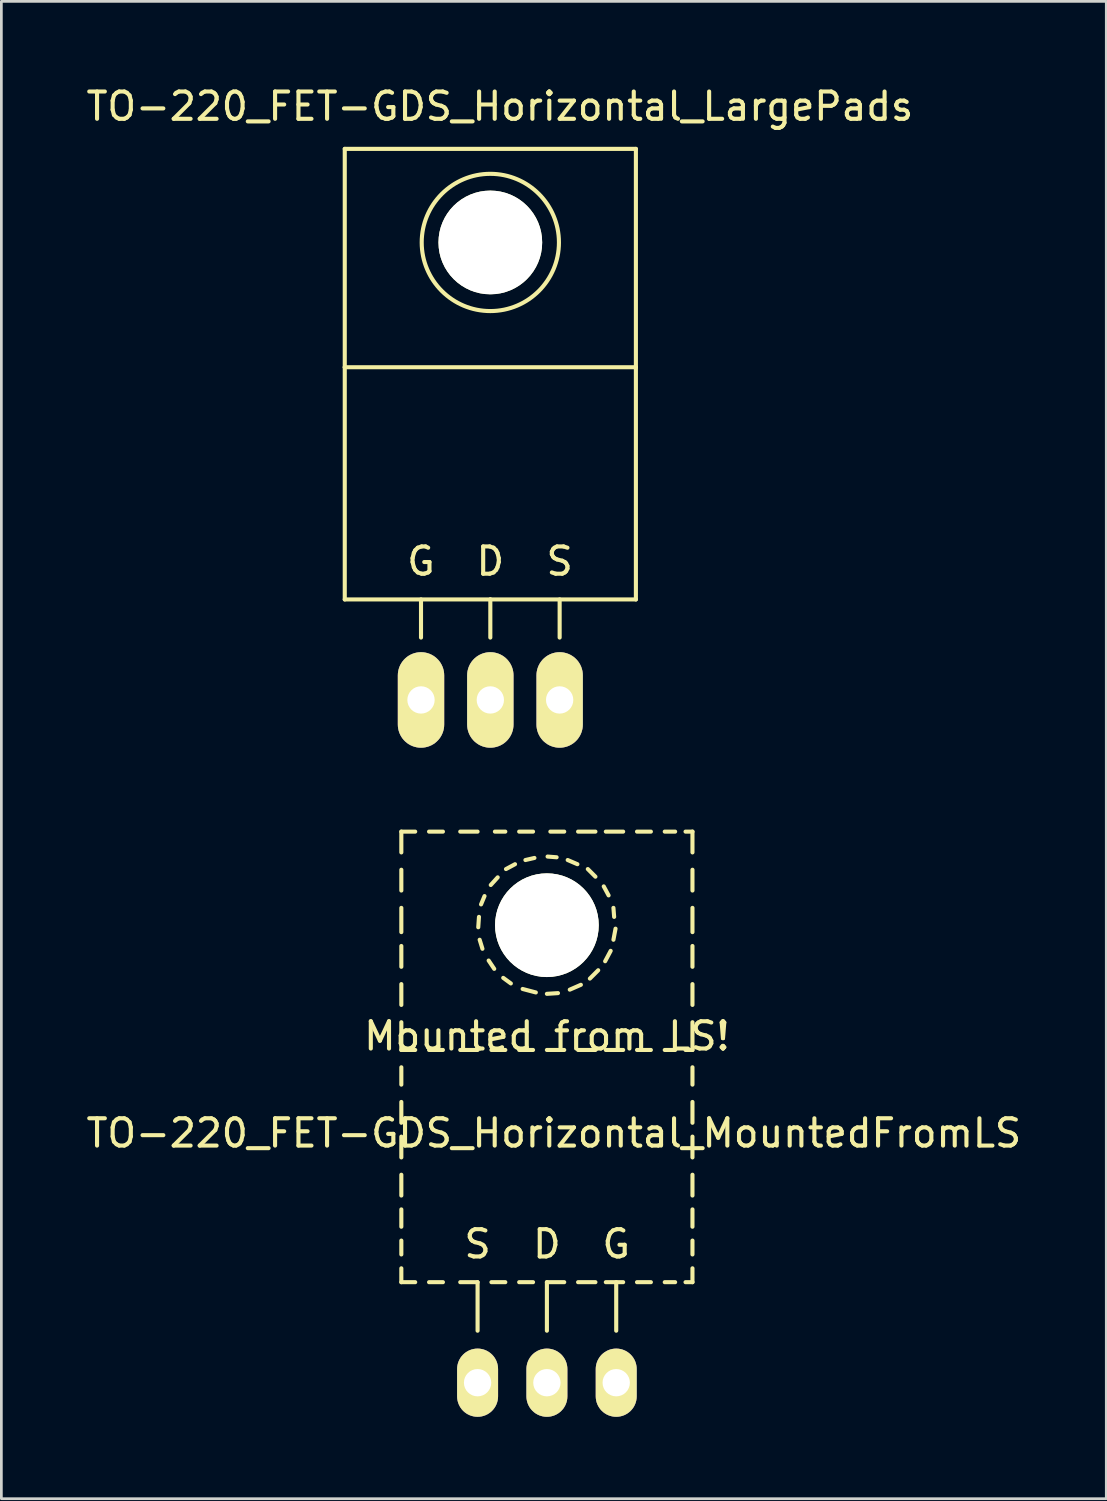
<source format=kicad_pcb>
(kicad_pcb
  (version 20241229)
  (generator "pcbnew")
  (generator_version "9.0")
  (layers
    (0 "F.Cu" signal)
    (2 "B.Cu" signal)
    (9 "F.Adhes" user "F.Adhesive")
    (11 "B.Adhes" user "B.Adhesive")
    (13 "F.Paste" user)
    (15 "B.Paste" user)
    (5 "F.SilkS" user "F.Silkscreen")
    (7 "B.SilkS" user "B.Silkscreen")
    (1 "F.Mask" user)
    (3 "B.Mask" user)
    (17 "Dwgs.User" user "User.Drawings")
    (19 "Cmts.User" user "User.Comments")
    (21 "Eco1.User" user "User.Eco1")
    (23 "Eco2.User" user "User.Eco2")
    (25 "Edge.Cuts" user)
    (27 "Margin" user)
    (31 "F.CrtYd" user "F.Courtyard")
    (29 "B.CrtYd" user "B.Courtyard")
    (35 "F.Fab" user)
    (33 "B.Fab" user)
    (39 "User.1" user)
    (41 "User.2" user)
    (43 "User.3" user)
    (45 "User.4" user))
  (footprint "TO-220_FET-GDS_Horizontal_LargePads"
    (layer "F.Cu")
    (at 14.917 22.598)
    (property "Reference" "TO-220_FET-GDS_Horizontal_LargePads" (at 0.351 -21.75 0) (layer "F.SilkS") (effects (font (size 1 1) (thickness 0.15))))
    (attr through_hole)
    (fp_line (start -5.334 -20.193) (end -5.334 -12.192) (stroke (width 0.15) (type solid)) (layer "F.SilkS"))
    (fp_line (start -5.334 -12.192) (end -5.334 -3.683) (stroke (width 0.15) (type solid)) (layer "F.SilkS"))
    (fp_line (start -2.54 -3.683) (end -2.54 -2.286) (stroke (width 0.15) (type solid)) (layer "F.SilkS"))
    (fp_line (start 0 -3.683) (end -5.334 -3.683) (stroke (width 0.15) (type solid)) (layer "F.SilkS"))
    (fp_line (start 0 -3.683) (end 0 -2.286) (stroke (width 0.15) (type solid)) (layer "F.SilkS"))
    (fp_line (start 0 -3.683) (end 5.334 -3.683) (stroke (width 0.15) (type solid)) (layer "F.SilkS"))
    (fp_line (start 2.54 -3.683) (end 2.54 -2.286) (stroke (width 0.15) (type solid)) (layer "F.SilkS"))
    (fp_line (start 5.334 -20.193) (end -5.334 -20.193) (stroke (width 0.15) (type solid)) (layer "F.SilkS"))
    (fp_line (start 5.334 -12.192) (end -5.334 -12.192) (stroke (width 0.15) (type solid)) (layer "F.SilkS"))
    (fp_line (start 5.334 -12.192) (end 5.334 -20.193) (stroke (width 0.15) (type solid)) (layer "F.SilkS"))
    (fp_line (start 5.334 -3.683) (end 5.334 -12.192) (stroke (width 0.15) (type solid)) (layer "F.SilkS"))
    (fp_circle (center 0 -16.764) (end 1.778 -14.986) (stroke (width 0.15) (type solid)) (fill no) (layer "F.SilkS"))
    (fp_text user "S" (at 2.54 -5.08 0) (layer "F.SilkS") (effects (font (size 1 1) (thickness 0.15))))
    (fp_text user "D" (at 0 -5.08 0) (layer "F.SilkS") (effects (font (size 1 1) (thickness 0.15))))
    (fp_text user "G" (at -2.54 -5.08 0) (layer "F.SilkS") (effects (font (size 1 1) (thickness 0.15))))
    (pad "" np_thru_hole circle (at 0 -16.764 90) (size 3.8 3.8) (drill 3.8) (layers "*.Cu" "*.Mask" "F.SilkS"))
    (pad "D" thru_hole oval (at 0 0 90) (size 3.5 1.699) (drill 1.001) (layers "*.Cu" "*.Mask" "F.SilkS"))
    (pad "G" thru_hole oval (at -2.54 0 90) (size 3.5 1.699) (drill 1.001) (layers "*.Cu" "*.Mask" "F.SilkS"))
    (pad "S" thru_hole oval (at 2.54 0 90) (size 3.5 1.699) (drill 1.001) (layers "*.Cu" "*.Mask" "F.SilkS")))
  (footprint "TO-220_FET-GDS_Horizontal_MountedFromLS"
    (layer "F.Cu")
    (at 16.99 47.616)
    (property "Reference" "TO-220_FET-GDS_Horizontal_MountedFromLS" (at 0.254 -9.144 0) (layer "F.SilkS") (effects (font (size 1 1) (thickness 0.15))))
    (attr through_hole)
    (fp_line (start -5.334 -20.193) (end -5.334 -19.431) (stroke (width 0.15) (type solid)) (layer "F.SilkS"))
    (fp_line (start -5.334 -20.193) (end -4.826 -20.193) (stroke (width 0.15) (type solid)) (layer "F.SilkS"))
    (fp_line (start -5.334 -18.796) (end -5.334 -18.034) (stroke (width 0.15) (type solid)) (layer "F.SilkS"))
    (fp_line (start -5.334 -17.399) (end -5.334 -16.51) (stroke (width 0.15) (type solid)) (layer "F.SilkS"))
    (fp_line (start -5.334 -16.002) (end -5.334 -15.24) (stroke (width 0.15) (type solid)) (layer "F.SilkS"))
    (fp_line (start -5.334 -14.605) (end -5.334 -13.843) (stroke (width 0.15) (type solid)) (layer "F.SilkS"))
    (fp_line (start -5.334 -13.208) (end -5.334 -12.192) (stroke (width 0.15) (type solid)) (layer "F.SilkS"))
    (fp_line (start -5.334 -12.192) (end -4.826 -12.192) (stroke (width 0.15) (type solid)) (layer "F.SilkS"))
    (fp_line (start -5.334 -11.557) (end -5.334 -10.922) (stroke (width 0.15) (type solid)) (layer "F.SilkS"))
    (fp_line (start -5.334 -10.287) (end -5.334 -9.525) (stroke (width 0.15) (type solid)) (layer "F.SilkS"))
    (fp_line (start -5.334 -9.017) (end -5.334 -8.255) (stroke (width 0.15) (type solid)) (layer "F.SilkS"))
    (fp_line (start -5.334 -7.62) (end -5.334 -6.858) (stroke (width 0.15) (type solid)) (layer "F.SilkS"))
    (fp_line (start -5.334 -6.35) (end -5.334 -5.715) (stroke (width 0.15) (type solid)) (layer "F.SilkS"))
    (fp_line (start -5.334 -5.207) (end -5.334 -4.699) (stroke (width 0.15) (type solid)) (layer "F.SilkS"))
    (fp_line (start -5.334 -4.191) (end -5.334 -3.683) (stroke (width 0.15) (type solid)) (layer "F.SilkS"))
    (fp_line (start -5.334 -3.683) (end -4.826 -3.683) (stroke (width 0.15) (type solid)) (layer "F.SilkS"))
    (fp_line (start -4.318 -20.193) (end -3.81 -20.193) (stroke (width 0.15) (type solid)) (layer "F.SilkS"))
    (fp_line (start -4.318 -12.192) (end -3.81 -12.192) (stroke (width 0.15) (type solid)) (layer "F.SilkS"))
    (fp_line (start -4.318 -3.683) (end -3.81 -3.683) (stroke (width 0.15) (type solid)) (layer "F.SilkS"))
    (fp_line (start -3.175 -20.193) (end -2.54 -20.193) (stroke (width 0.15) (type solid)) (layer "F.SilkS"))
    (fp_line (start -3.175 -12.192) (end -2.54 -12.192) (stroke (width 0.15) (type solid)) (layer "F.SilkS"))
    (fp_line (start -3.175 -3.683) (end -2.54 -3.683) (stroke (width 0.15) (type solid)) (layer "F.SilkS"))
    (fp_line (start -2.54 -3.683) (end -2.54 -1.905) (stroke (width 0.15) (type solid)) (layer "F.SilkS"))
    (fp_line (start -2.515 -16.688) (end -2.489 -17.069) (stroke (width 0.15) (type solid)) (layer "F.SilkS"))
    (fp_line (start -2.413 -17.526) (end -2.286 -17.831) (stroke (width 0.15) (type solid)) (layer "F.SilkS"))
    (fp_line (start -2.362 -15.9) (end -2.464 -16.231) (stroke (width 0.15) (type solid)) (layer "F.SilkS"))
    (fp_line (start -2.057 -18.237) (end -1.803 -18.517) (stroke (width 0.15) (type solid)) (layer "F.SilkS"))
    (fp_line (start -2.032 -12.192) (end -1.524 -12.192) (stroke (width 0.15) (type solid)) (layer "F.SilkS"))
    (fp_line (start -2.032 -3.683) (end -1.524 -3.683) (stroke (width 0.15) (type solid)) (layer "F.SilkS"))
    (fp_line (start -1.93 -15.164) (end -2.134 -15.469) (stroke (width 0.15) (type solid)) (layer "F.SilkS"))
    (fp_line (start -1.905 -20.193) (end -1.524 -20.193) (stroke (width 0.15) (type solid)) (layer "F.SilkS"))
    (fp_line (start -1.499 -18.821) (end -1.168 -18.999) (stroke (width 0.15) (type solid)) (layer "F.SilkS"))
    (fp_line (start -1.321 -14.63) (end -1.6 -14.834) (stroke (width 0.15) (type solid)) (layer "F.SilkS"))
    (fp_line (start -1.016 -20.193) (end -0.508 -20.193) (stroke (width 0.15) (type solid)) (layer "F.SilkS"))
    (fp_line (start -1.016 -12.192) (end -0.508 -12.192) (stroke (width 0.15) (type solid)) (layer "F.SilkS"))
    (fp_line (start -1.016 -3.683) (end -0.508 -3.683) (stroke (width 0.15) (type solid)) (layer "F.SilkS"))
    (fp_line (start -0.787 -19.152) (end -0.457 -19.228) (stroke (width 0.15) (type solid)) (layer "F.SilkS"))
    (fp_line (start -0.406 -14.3) (end -0.889 -14.427) (stroke (width 0.15) (type solid)) (layer "F.SilkS"))
    (fp_line (start 0 -12.192) (end 0.635 -12.192) (stroke (width 0.15) (type solid)) (layer "F.SilkS"))
    (fp_line (start 0 -3.683) (end 0 -1.905) (stroke (width 0.15) (type solid)) (layer "F.SilkS"))
    (fp_line (start 0 -3.683) (end 0.635 -3.683) (stroke (width 0.15) (type solid)) (layer "F.SilkS"))
    (fp_line (start 0.025 -19.279) (end 0.356 -19.253) (stroke (width 0.15) (type solid)) (layer "F.SilkS"))
    (fp_line (start 0.127 -20.193) (end 0.635 -20.193) (stroke (width 0.15) (type solid)) (layer "F.SilkS"))
    (fp_line (start 0.406 -14.275) (end 0 -14.249) (stroke (width 0.15) (type solid)) (layer "F.SilkS"))
    (fp_line (start 0.762 -19.152) (end 1.118 -18.999) (stroke (width 0.15) (type solid)) (layer "F.SilkS"))
    (fp_line (start 1.143 -20.193) (end 1.778 -20.193) (stroke (width 0.15) (type solid)) (layer "F.SilkS"))
    (fp_line (start 1.143 -12.192) (end 1.778 -12.192) (stroke (width 0.15) (type solid)) (layer "F.SilkS"))
    (fp_line (start 1.143 -3.683) (end 1.778 -3.683) (stroke (width 0.15) (type solid)) (layer "F.SilkS"))
    (fp_line (start 1.245 -14.58) (end 0.838 -14.402) (stroke (width 0.15) (type solid)) (layer "F.SilkS"))
    (fp_line (start 1.499 -18.821) (end 1.778 -18.542) (stroke (width 0.15) (type solid)) (layer "F.SilkS"))
    (fp_line (start 1.88 -15.113) (end 1.575 -14.808) (stroke (width 0.15) (type solid)) (layer "F.SilkS"))
    (fp_line (start 2.083 -18.186) (end 2.261 -17.856) (stroke (width 0.15) (type solid)) (layer "F.SilkS"))
    (fp_line (start 2.159 -20.193) (end 2.794 -20.193) (stroke (width 0.15) (type solid)) (layer "F.SilkS"))
    (fp_line (start 2.159 -12.192) (end 2.794 -12.192) (stroke (width 0.15) (type solid)) (layer "F.SilkS"))
    (fp_line (start 2.159 -3.683) (end 2.794 -3.683) (stroke (width 0.15) (type solid)) (layer "F.SilkS"))
    (fp_line (start 2.337 -15.824) (end 2.134 -15.443) (stroke (width 0.15) (type solid)) (layer "F.SilkS"))
    (fp_line (start 2.438 -17.399) (end 2.464 -17.069) (stroke (width 0.15) (type solid)) (layer "F.SilkS"))
    (fp_line (start 2.515 -16.637) (end 2.438 -16.231) (stroke (width 0.15) (type solid)) (layer "F.SilkS"))
    (fp_line (start 2.54 -3.683) (end 2.54 -1.905) (stroke (width 0.15) (type solid)) (layer "F.SilkS"))
    (fp_line (start 3.302 -20.193) (end 3.81 -20.193) (stroke (width 0.15) (type solid)) (layer "F.SilkS"))
    (fp_line (start 3.302 -12.192) (end 3.81 -12.192) (stroke (width 0.15) (type solid)) (layer "F.SilkS"))
    (fp_line (start 3.302 -3.683) (end 3.81 -3.683) (stroke (width 0.15) (type solid)) (layer "F.SilkS"))
    (fp_line (start 4.318 -20.193) (end 4.699 -20.193) (stroke (width 0.15) (type solid)) (layer "F.SilkS"))
    (fp_line (start 4.318 -12.192) (end 4.699 -12.192) (stroke (width 0.15) (type solid)) (layer "F.SilkS"))
    (fp_line (start 4.318 -3.683) (end 4.699 -3.683) (stroke (width 0.15) (type solid)) (layer "F.SilkS"))
    (fp_line (start 5.08 -20.193) (end 5.334 -20.193) (stroke (width 0.15) (type solid)) (layer "F.SilkS"))
    (fp_line (start 5.08 -12.192) (end 5.334 -12.192) (stroke (width 0.15) (type solid)) (layer "F.SilkS"))
    (fp_line (start 5.08 -3.683) (end 5.334 -3.683) (stroke (width 0.15) (type solid)) (layer "F.SilkS"))
    (fp_line (start 5.334 -20.193) (end 5.334 -19.431) (stroke (width 0.15) (type solid)) (layer "F.SilkS"))
    (fp_line (start 5.334 -18.796) (end 5.334 -18.034) (stroke (width 0.15) (type solid)) (layer "F.SilkS"))
    (fp_line (start 5.334 -17.399) (end 5.334 -16.51) (stroke (width 0.15) (type solid)) (layer "F.SilkS"))
    (fp_line (start 5.334 -16.002) (end 5.334 -15.24) (stroke (width 0.15) (type solid)) (layer "F.SilkS"))
    (fp_line (start 5.334 -14.605) (end 5.334 -13.843) (stroke (width 0.15) (type solid)) (layer "F.SilkS"))
    (fp_line (start 5.334 -13.208) (end 5.334 -12.192) (stroke (width 0.15) (type solid)) (layer "F.SilkS"))
    (fp_line (start 5.334 -11.557) (end 5.334 -10.922) (stroke (width 0.15) (type solid)) (layer "F.SilkS"))
    (fp_line (start 5.334 -10.287) (end 5.334 -9.525) (stroke (width 0.15) (type solid)) (layer "F.SilkS"))
    (fp_line (start 5.334 -9.017) (end 5.334 -8.255) (stroke (width 0.15) (type solid)) (layer "F.SilkS"))
    (fp_line (start 5.334 -7.62) (end 5.334 -6.858) (stroke (width 0.15) (type solid)) (layer "F.SilkS"))
    (fp_line (start 5.334 -6.35) (end 5.334 -5.715) (stroke (width 0.15) (type solid)) (layer "F.SilkS"))
    (fp_line (start 5.334 -5.207) (end 5.334 -4.699) (stroke (width 0.15) (type solid)) (layer "F.SilkS"))
    (fp_line (start 5.334 -4.191) (end 5.334 -3.683) (stroke (width 0.15) (type solid)) (layer "F.SilkS"))
    (fp_text user "S" (at -2.54 -5.08 0) (layer "F.SilkS") (effects (font (size 1 1) (thickness 0.15))))
    (fp_text user "Mounted from LS!" (at 0 -12.7 0) (layer "F.SilkS") (effects (font (size 1 1) (thickness 0.15))))
    (fp_text user "G" (at 2.54 -5.08 0) (layer "F.SilkS") (effects (font (size 1 1) (thickness 0.15))))
    (fp_text user "D" (at 0 -5.08 0) (layer "F.SilkS") (effects (font (size 1 1) (thickness 0.15))))
    (pad "" np_thru_hole circle (at 0 -16.764 90) (size 3.8 3.8) (drill 3.8) (layers "*.Cu" "*.Mask" "F.SilkS"))
    (pad "D" thru_hole oval (at 0 0 90) (size 2.499 1.501) (drill 1.001) (layers "*.Cu" "*.Mask" "F.SilkS"))
    (pad "G" thru_hole oval (at 2.54 0 90) (size 2.499 1.501) (drill 1.001) (layers "*.Cu" "*.Mask" "F.SilkS"))
    (pad "S" thru_hole oval (at -2.54 0 90) (size 2.499 1.501) (drill 1.001) (layers "*.Cu" "*.Mask" "F.SilkS")))
  (gr_rect
    (start -3 -3)
    (end 37.488 51.866)
    (stroke (width 0.1) (type default))
    (fill no)
    (layer "Edge.Cuts")))
</source>
